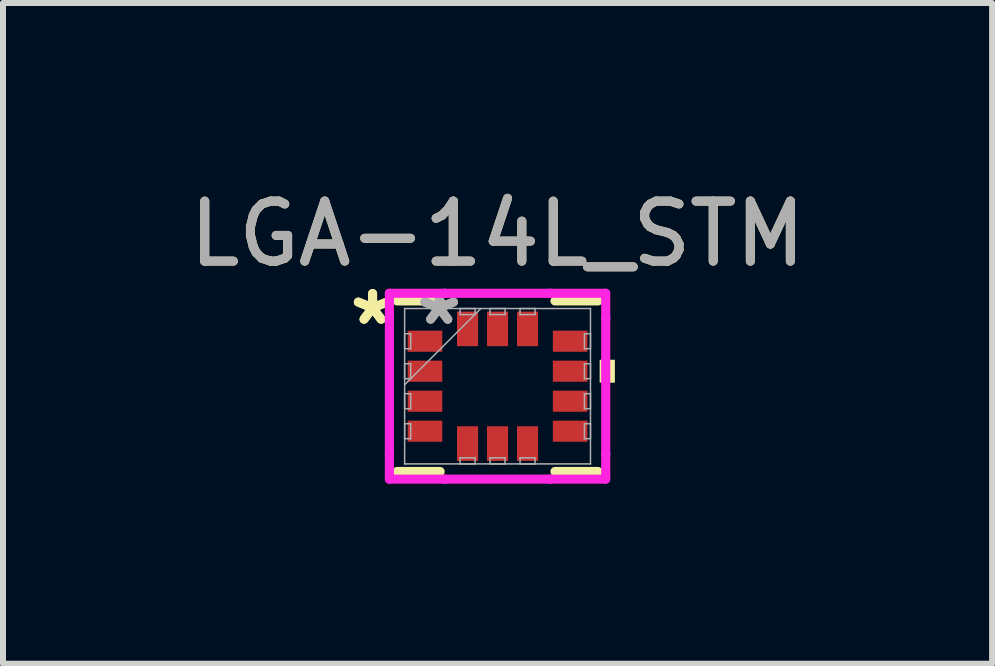
<source format=kicad_pcb>
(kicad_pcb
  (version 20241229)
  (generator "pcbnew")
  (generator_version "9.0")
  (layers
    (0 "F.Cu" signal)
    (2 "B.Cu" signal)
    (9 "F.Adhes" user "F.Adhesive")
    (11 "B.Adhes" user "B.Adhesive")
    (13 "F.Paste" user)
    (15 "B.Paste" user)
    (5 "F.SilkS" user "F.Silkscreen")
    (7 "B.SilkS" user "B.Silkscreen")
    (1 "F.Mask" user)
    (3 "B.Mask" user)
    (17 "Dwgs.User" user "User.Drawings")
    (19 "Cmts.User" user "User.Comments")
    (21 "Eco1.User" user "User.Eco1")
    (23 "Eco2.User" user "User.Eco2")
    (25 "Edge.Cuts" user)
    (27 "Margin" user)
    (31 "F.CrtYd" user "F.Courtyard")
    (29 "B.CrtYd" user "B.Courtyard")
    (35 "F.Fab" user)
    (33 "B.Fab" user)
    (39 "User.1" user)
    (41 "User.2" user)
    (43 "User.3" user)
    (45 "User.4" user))
  (footprint "LGA-14L_STM"
    (layer "F.Cu")
    (at 5.244 3.388)
    (property "Reference" "LGA-14L_STM" (at 0 -2.54 0) (unlocked yes) (layer "F.SilkS") (effects (font (size 1 1) (thickness 0.15))))
    (attr smd)
    (fp_line (start -1.676 1.422) (end -0.957 1.422) (stroke (width 0.152) (type solid)) (layer "F.SilkS"))
    (fp_line (start -0.957 -1.422) (end -1.676 -1.422) (stroke (width 0.152) (type solid)) (layer "F.SilkS"))
    (fp_line (start 0.957 1.422) (end 1.676 1.422) (stroke (width 0.152) (type solid)) (layer "F.SilkS"))
    (fp_line (start 1.676 -1.422) (end 0.957 -1.422) (stroke (width 0.152) (type solid)) (layer "F.SilkS"))
    (fp_poly (pts (xy 1.956 -0.441) (xy 1.956 -0.059) (xy 1.702 -0.059) (xy 1.702 -0.441)) (stroke (width 0) (type solid)) (fill yes) (layer "F.SilkS"))
    (fp_line (start -1.803 -1.549) (end -0.879 -1.549) (stroke (width 0.152) (type solid)) (layer "F.CrtYd"))
    (fp_line (start -1.803 -1.129) (end -1.803 -1.549) (stroke (width 0.152) (type solid)) (layer "F.CrtYd"))
    (fp_line (start -1.803 -1.129) (end -1.803 -1.129) (stroke (width 0.152) (type solid)) (layer "F.CrtYd"))
    (fp_line (start -1.803 1.129) (end -1.803 -1.129) (stroke (width 0.152) (type solid)) (layer "F.CrtYd"))
    (fp_line (start -1.803 1.129) (end -1.803 1.129) (stroke (width 0.152) (type solid)) (layer "F.CrtYd"))
    (fp_line (start -1.803 1.549) (end -1.803 1.129) (stroke (width 0.152) (type solid)) (layer "F.CrtYd"))
    (fp_line (start -0.879 -1.549) (end -0.879 -1.549) (stroke (width 0.152) (type solid)) (layer "F.CrtYd"))
    (fp_line (start -0.879 -1.549) (end 0.879 -1.549) (stroke (width 0.152) (type solid)) (layer "F.CrtYd"))
    (fp_line (start -0.879 1.549) (end -1.803 1.549) (stroke (width 0.152) (type solid)) (layer "F.CrtYd"))
    (fp_line (start -0.879 1.549) (end -0.879 1.549) (stroke (width 0.152) (type solid)) (layer "F.CrtYd"))
    (fp_line (start 0.879 -1.549) (end 0.879 -1.549) (stroke (width 0.152) (type solid)) (layer "F.CrtYd"))
    (fp_line (start 0.879 -1.549) (end 1.803 -1.549) (stroke (width 0.152) (type solid)) (layer "F.CrtYd"))
    (fp_line (start 0.879 1.549) (end -0.879 1.549) (stroke (width 0.152) (type solid)) (layer "F.CrtYd"))
    (fp_line (start 0.879 1.549) (end 0.879 1.549) (stroke (width 0.152) (type solid)) (layer "F.CrtYd"))
    (fp_line (start 1.803 -1.549) (end 1.803 -1.129) (stroke (width 0.152) (type solid)) (layer "F.CrtYd"))
    (fp_line (start 1.803 -1.129) (end 1.803 -1.129) (stroke (width 0.152) (type solid)) (layer "F.CrtYd"))
    (fp_line (start 1.803 -1.129) (end 1.803 1.129) (stroke (width 0.152) (type solid)) (layer "F.CrtYd"))
    (fp_line (start 1.803 1.129) (end 1.803 1.129) (stroke (width 0.152) (type solid)) (layer "F.CrtYd"))
    (fp_line (start 1.803 1.129) (end 1.803 1.549) (stroke (width 0.152) (type solid)) (layer "F.CrtYd"))
    (fp_line (start 1.803 1.549) (end 0.879 1.549) (stroke (width 0.152) (type solid)) (layer "F.CrtYd"))
    (fp_line (start -1.549 -1.295) (end -1.549 -1.295) (stroke (width 0.025) (type solid)) (layer "F.Fab"))
    (fp_line (start -1.549 -1.295) (end -1.549 1.295) (stroke (width 0.025) (type solid)) (layer "F.Fab"))
    (fp_line (start -1.549 -0.875) (end -1.448 -0.875) (stroke (width 0.025) (type solid)) (layer "F.Fab"))
    (fp_line (start -1.549 -0.625) (end -1.549 -0.875) (stroke (width 0.025) (type solid)) (layer "F.Fab"))
    (fp_line (start -1.549 -0.375) (end -1.448 -0.375) (stroke (width 0.025) (type solid)) (layer "F.Fab"))
    (fp_line (start -1.549 -0.125) (end -1.549 -0.375) (stroke (width 0.025) (type solid)) (layer "F.Fab"))
    (fp_line (start -1.549 -0.025) (end -0.279 -1.295) (stroke (width 0.025) (type solid)) (layer "F.Fab"))
    (fp_line (start -1.549 0.125) (end -1.448 0.125) (stroke (width 0.025) (type solid)) (layer "F.Fab"))
    (fp_line (start -1.549 0.375) (end -1.549 0.125) (stroke (width 0.025) (type solid)) (layer "F.Fab"))
    (fp_line (start -1.549 0.625) (end -1.448 0.625) (stroke (width 0.025) (type solid)) (layer "F.Fab"))
    (fp_line (start -1.549 0.875) (end -1.549 0.625) (stroke (width 0.025) (type solid)) (layer "F.Fab"))
    (fp_line (start -1.549 1.295) (end -1.549 1.295) (stroke (width 0.025) (type solid)) (layer "F.Fab"))
    (fp_line (start -1.549 1.295) (end 1.549 1.295) (stroke (width 0.025) (type solid)) (layer "F.Fab"))
    (fp_line (start -1.448 -0.875) (end -1.448 -0.625) (stroke (width 0.025) (type solid)) (layer "F.Fab"))
    (fp_line (start -1.448 -0.625) (end -1.549 -0.625) (stroke (width 0.025) (type solid)) (layer "F.Fab"))
    (fp_line (start -1.448 -0.375) (end -1.448 -0.125) (stroke (width 0.025) (type solid)) (layer "F.Fab"))
    (fp_line (start -1.448 -0.125) (end -1.549 -0.125) (stroke (width 0.025) (type solid)) (layer "F.Fab"))
    (fp_line (start -1.448 0.125) (end -1.448 0.375) (stroke (width 0.025) (type solid)) (layer "F.Fab"))
    (fp_line (start -1.448 0.375) (end -1.549 0.375) (stroke (width 0.025) (type solid)) (layer "F.Fab"))
    (fp_line (start -1.448 0.625) (end -1.448 0.875) (stroke (width 0.025) (type solid)) (layer "F.Fab"))
    (fp_line (start -1.448 0.875) (end -1.549 0.875) (stroke (width 0.025) (type solid)) (layer "F.Fab"))
    (fp_line (start -0.625 -1.295) (end -0.375 -1.295) (stroke (width 0.025) (type solid)) (layer "F.Fab"))
    (fp_line (start -0.625 -1.194) (end -0.625 -1.295) (stroke (width 0.025) (type solid)) (layer "F.Fab"))
    (fp_line (start -0.625 1.194) (end -0.375 1.194) (stroke (width 0.025) (type solid)) (layer "F.Fab"))
    (fp_line (start -0.625 1.295) (end -0.625 1.194) (stroke (width 0.025) (type solid)) (layer "F.Fab"))
    (fp_line (start -0.375 -1.295) (end -0.375 -1.194) (stroke (width 0.025) (type solid)) (layer "F.Fab"))
    (fp_line (start -0.375 -1.194) (end -0.625 -1.194) (stroke (width 0.025) (type solid)) (layer "F.Fab"))
    (fp_line (start -0.375 1.194) (end -0.375 1.295) (stroke (width 0.025) (type solid)) (layer "F.Fab"))
    (fp_line (start -0.375 1.295) (end -0.625 1.295) (stroke (width 0.025) (type solid)) (layer "F.Fab"))
    (fp_line (start -0.125 -1.295) (end 0.125 -1.295) (stroke (width 0.025) (type solid)) (layer "F.Fab"))
    (fp_line (start -0.125 -1.194) (end -0.125 -1.295) (stroke (width 0.025) (type solid)) (layer "F.Fab"))
    (fp_line (start -0.125 1.194) (end 0.125 1.194) (stroke (width 0.025) (type solid)) (layer "F.Fab"))
    (fp_line (start -0.125 1.295) (end -0.125 1.194) (stroke (width 0.025) (type solid)) (layer "F.Fab"))
    (fp_line (start 0.125 -1.295) (end 0.125 -1.194) (stroke (width 0.025) (type solid)) (layer "F.Fab"))
    (fp_line (start 0.125 -1.194) (end -0.125 -1.194) (stroke (width 0.025) (type solid)) (layer "F.Fab"))
    (fp_line (start 0.125 1.194) (end 0.125 1.295) (stroke (width 0.025) (type solid)) (layer "F.Fab"))
    (fp_line (start 0.125 1.295) (end -0.125 1.295) (stroke (width 0.025) (type solid)) (layer "F.Fab"))
    (fp_line (start 0.375 -1.295) (end 0.625 -1.295) (stroke (width 0.025) (type solid)) (layer "F.Fab"))
    (fp_line (start 0.375 -1.194) (end 0.375 -1.295) (stroke (width 0.025) (type solid)) (layer "F.Fab"))
    (fp_line (start 0.375 1.194) (end 0.625 1.194) (stroke (width 0.025) (type solid)) (layer "F.Fab"))
    (fp_line (start 0.375 1.295) (end 0.375 1.194) (stroke (width 0.025) (type solid)) (layer "F.Fab"))
    (fp_line (start 0.625 -1.295) (end 0.625 -1.194) (stroke (width 0.025) (type solid)) (layer "F.Fab"))
    (fp_line (start 0.625 -1.194) (end 0.375 -1.194) (stroke (width 0.025) (type solid)) (layer "F.Fab"))
    (fp_line (start 0.625 1.194) (end 0.625 1.295) (stroke (width 0.025) (type solid)) (layer "F.Fab"))
    (fp_line (start 0.625 1.295) (end 0.375 1.295) (stroke (width 0.025) (type solid)) (layer "F.Fab"))
    (fp_line (start 1.448 -0.875) (end 1.549 -0.875) (stroke (width 0.025) (type solid)) (layer "F.Fab"))
    (fp_line (start 1.448 -0.625) (end 1.448 -0.875) (stroke (width 0.025) (type solid)) (layer "F.Fab"))
    (fp_line (start 1.448 -0.375) (end 1.549 -0.375) (stroke (width 0.025) (type solid)) (layer "F.Fab"))
    (fp_line (start 1.448 -0.125) (end 1.448 -0.375) (stroke (width 0.025) (type solid)) (layer "F.Fab"))
    (fp_line (start 1.448 0.125) (end 1.549 0.125) (stroke (width 0.025) (type solid)) (layer "F.Fab"))
    (fp_line (start 1.448 0.375) (end 1.448 0.125) (stroke (width 0.025) (type solid)) (layer "F.Fab"))
    (fp_line (start 1.448 0.625) (end 1.549 0.625) (stroke (width 0.025) (type solid)) (layer "F.Fab"))
    (fp_line (start 1.448 0.875) (end 1.448 0.625) (stroke (width 0.025) (type solid)) (layer "F.Fab"))
    (fp_line (start 1.549 -1.295) (end -1.549 -1.295) (stroke (width 0.025) (type solid)) (layer "F.Fab"))
    (fp_line (start 1.549 -1.295) (end 1.549 -1.295) (stroke (width 0.025) (type solid)) (layer "F.Fab"))
    (fp_line (start 1.549 -0.875) (end 1.549 -0.625) (stroke (width 0.025) (type solid)) (layer "F.Fab"))
    (fp_line (start 1.549 -0.625) (end 1.448 -0.625) (stroke (width 0.025) (type solid)) (layer "F.Fab"))
    (fp_line (start 1.549 -0.375) (end 1.549 -0.125) (stroke (width 0.025) (type solid)) (layer "F.Fab"))
    (fp_line (start 1.549 -0.125) (end 1.448 -0.125) (stroke (width 0.025) (type solid)) (layer "F.Fab"))
    (fp_line (start 1.549 0.125) (end 1.549 0.375) (stroke (width 0.025) (type solid)) (layer "F.Fab"))
    (fp_line (start 1.549 0.375) (end 1.448 0.375) (stroke (width 0.025) (type solid)) (layer "F.Fab"))
    (fp_line (start 1.549 0.625) (end 1.549 0.875) (stroke (width 0.025) (type solid)) (layer "F.Fab"))
    (fp_line (start 1.549 0.875) (end 1.448 0.875) (stroke (width 0.025) (type solid)) (layer "F.Fab"))
    (fp_line (start 1.549 1.295) (end 1.549 -1.295) (stroke (width 0.025) (type solid)) (layer "F.Fab"))
    (fp_line (start 1.549 1.295) (end 1.549 1.295) (stroke (width 0.025) (type solid)) (layer "F.Fab"))
    (fp_text user "*" (at -2.083 -1 0) (layer "F.SilkS") (effects (font (size 1 1) (thickness 0.15))))
    (fp_text user "*" (at -2.083 -1 0) (unlocked yes) (layer "F.SilkS") (effects (font (size 1 1) (thickness 0.15))))
    (fp_text user "*" (at -0.973 -1 0) (layer "F.Fab") (effects (font (size 1 1) (thickness 0.15))))
    (fp_text user "*" (at -0.973 -1 0) (unlocked yes) (layer "F.Fab") (effects (font (size 1 1) (thickness 0.15))))
    (fp_text user "${REFERENCE}" (at 0 -2.54 0) (unlocked yes) (layer "F.Fab") (effects (font (size 1 1) (thickness 0.15))))
    (pad "1" smd rect (at -1.21 -0.75 90) (size 0.352 0.577) (layers "F.Cu" "F.Mask" "F.Paste"))
    (pad "2" smd rect (at -1.21 -0.25 90) (size 0.352 0.577) (layers "F.Cu" "F.Mask" "F.Paste"))
    (pad "3" smd rect (at -1.21 0.25 90) (size 0.352 0.577) (layers "F.Cu" "F.Mask" "F.Paste"))
    (pad "4" smd rect (at -1.21 0.75 90) (size 0.352 0.577) (layers "F.Cu" "F.Mask" "F.Paste"))
    (pad "5" smd rect (at -0.5 0.956) (size 0.352 0.577) (layers "F.Cu" "F.Mask" "F.Paste"))
    (pad "6" smd rect (at 0 0.956) (size 0.352 0.577) (layers "F.Cu" "F.Mask" "F.Paste"))
    (pad "7" smd rect (at 0.5 0.956) (size 0.352 0.577) (layers "F.Cu" "F.Mask" "F.Paste"))
    (pad "8" smd rect (at 1.21 0.75 90) (size 0.352 0.577) (layers "F.Cu" "F.Mask" "F.Paste"))
    (pad "9" smd rect (at 1.21 0.25 90) (size 0.352 0.577) (layers "F.Cu" "F.Mask" "F.Paste"))
    (pad "10" smd rect (at 1.21 -0.25 90) (size 0.352 0.577) (layers "F.Cu" "F.Mask" "F.Paste"))
    (pad "11" smd rect (at 1.21 -0.75 90) (size 0.352 0.577) (layers "F.Cu" "F.Mask" "F.Paste"))
    (pad "12" smd rect (at 0.5 -0.956) (size 0.352 0.577) (layers "F.Cu" "F.Mask" "F.Paste"))
    (pad "13" smd rect (at 0 -0.956) (size 0.352 0.577) (layers "F.Cu" "F.Mask" "F.Paste"))
    (pad "14" smd rect (at -0.5 -0.956) (size 0.352 0.577) (layers "F.Cu" "F.Mask" "F.Paste")))
  (gr_rect
    (start -3 -3)
    (end 13.488 8.014)
    (stroke (width 0.1) (type default))
    (fill no)
    (layer "Edge.Cuts")))
</source>
